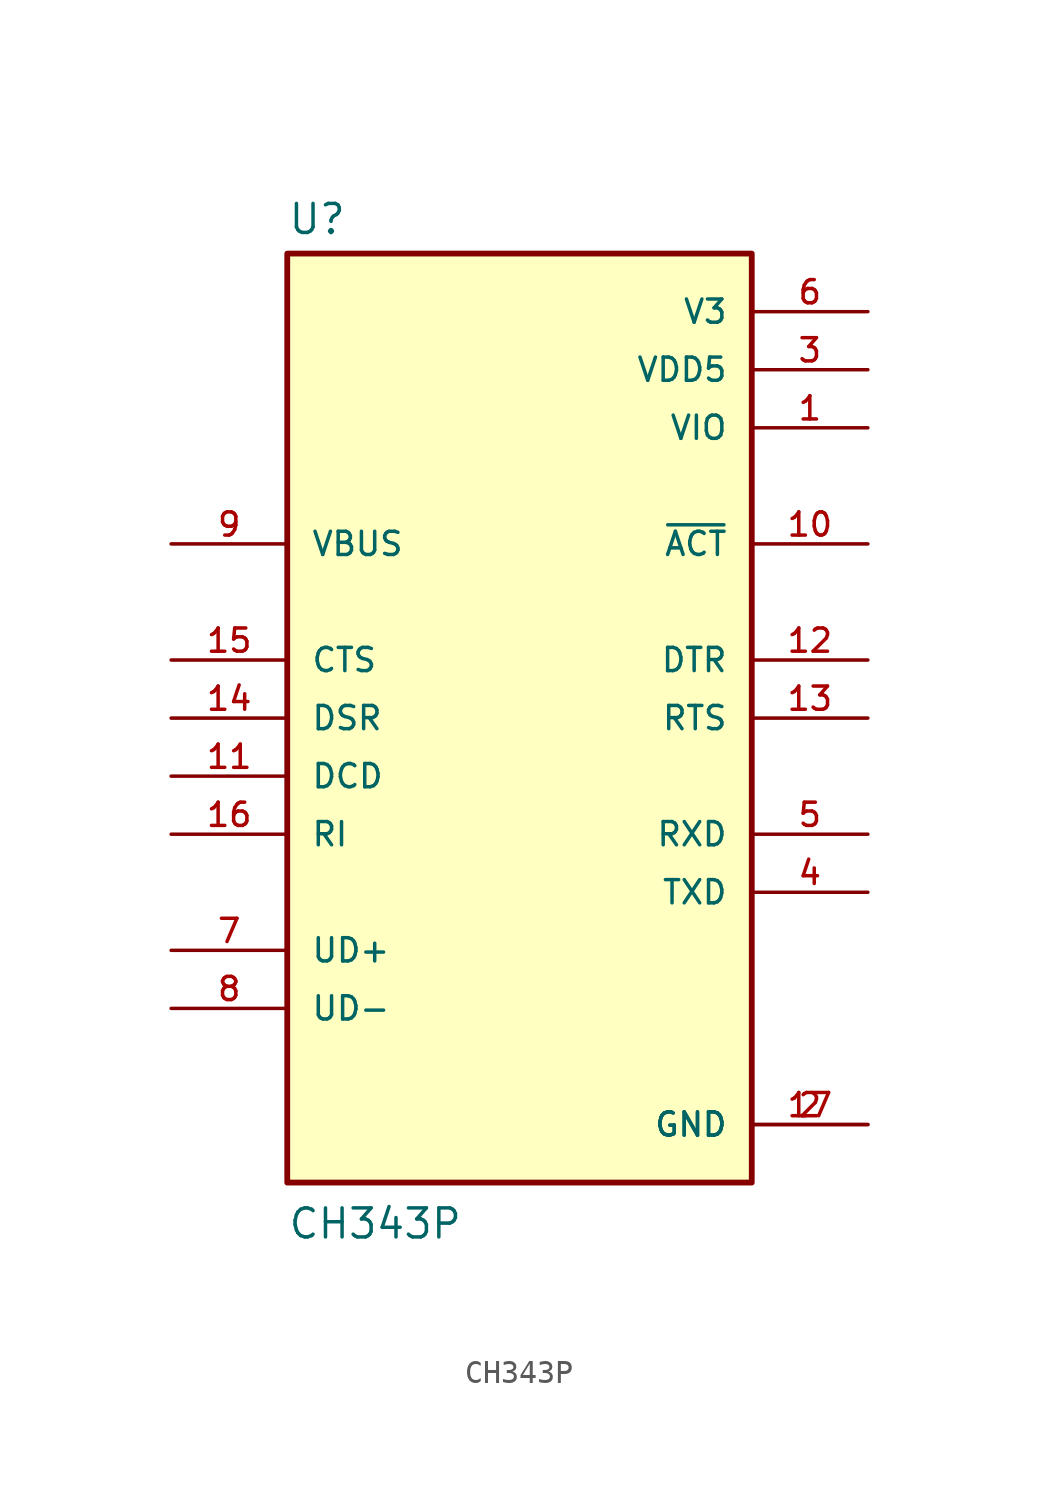
<source format=kicad_sym>
(kicad_symbol_lib
  (version 20211014)
  (generator kicad_symbol_editor)
  (symbol "CH343P"
    (pin_names
      (offset 1.016))
    (property "Reference" "U"
      (at -10.16 21.082 0)
      (effects (font (size 1.27 1.27)) (justify bottom left)))
    (property "Value" "CH343P"
      (at -10.16 -22.86 0)
      (effects (font (size 1.27 1.27)) (justify bottom left)))
    (symbol "CH343P_0_0"
      (rectangle (start -10.16 -20.32) (end 10.16 20.32) (stroke (width 0.254)) (fill (type background)))
      (pin power_in line (at 15.24 15.24 180.0) (length 5.08) (name "VDD5" (effects (font (size 1.016 1.016)))) (number "3" (effects (font (size 1.016 1.016)))))
      (pin power_in line (at 15.24 12.7 180.0) (length 5.08) (name "VIO" (effects (font (size 1.016 1.016)))) (number "1" (effects (font (size 1.016 1.016)))))
      (pin power_in line (at 15.24 -17.78 180.0) (length 5.08) (name "GND" (effects (font (size 1.016 1.016)))) (number "2" (effects (font (size 1.016 1.016)))))
      (pin power_in line (at 15.24 -17.78 180.0) (length 5.08) (name "GND" (effects (font (size 1.016 1.016)))) (number "17" (effects (font (size 1.016 1.016)))))
      (pin power_in line (at 15.24 17.78 180.0) (length 5.08) (name "V3" (effects (font (size 1.016 1.016)))) (number "6" (effects (font (size 1.016 1.016)))))
      (pin bidirectional line (at -15.24 -10.16 0) (length 5.08) (name "UD+" (effects (font (size 1.016 1.016)))) (number "7" (effects (font (size 1.016 1.016)))))
      (pin bidirectional line (at -15.24 -12.7 0) (length 5.08) (name "UD-" (effects (font (size 1.016 1.016)))) (number "8" (effects (font (size 1.016 1.016)))))
      (pin input line (at -15.24 7.62 0) (length 5.08) (name "VBUS" (effects (font (size 1.016 1.016)))) (number "9" (effects (font (size 1.016 1.016)))))
      (pin output line (at 15.24 -7.62 180.0) (length 5.08) (name "TXD" (effects (font (size 1.016 1.016)))) (number "4" (effects (font (size 1.016 1.016)))))
      (pin input line (at 15.24 -5.08 180.0) (length 5.08) (name "RXD" (effects (font (size 1.016 1.016)))) (number "5" (effects (font (size 1.016 1.016)))))
      (pin input line (at -15.24 2.54 0) (length 5.08) (name "CTS" (effects (font (size 1.016 1.016)))) (number "15" (effects (font (size 1.016 1.016)))))
      (pin input line (at -15.24 0.0 0) (length 5.08) (name "DSR" (effects (font (size 1.016 1.016)))) (number "14" (effects (font (size 1.016 1.016)))))
      (pin input line (at -15.24 -5.08 0) (length 5.08) (name "RI" (effects (font (size 1.016 1.016)))) (number "16" (effects (font (size 1.016 1.016)))))
      (pin input line (at -15.24 -2.54 0) (length 5.08) (name "DCD" (effects (font (size 1.016 1.016)))) (number "11" (effects (font (size 1.016 1.016)))))
      (pin output line (at 15.24 2.54 180.0) (length 5.08) (name "DTR" (effects (font (size 1.016 1.016)))) (number "12" (effects (font (size 1.016 1.016)))))
      (pin output line (at 15.24 0.0 180.0) (length 5.08) (name "RTS" (effects (font (size 1.016 1.016)))) (number "13" (effects (font (size 1.016 1.016)))))
      (pin output line (at 15.24 7.62 180.0) (length 5.08) (name "~{ACT}" (effects (font (size 1.016 1.016)))) (number "10" (effects (font (size 1.016 1.016))))))))
</source>
